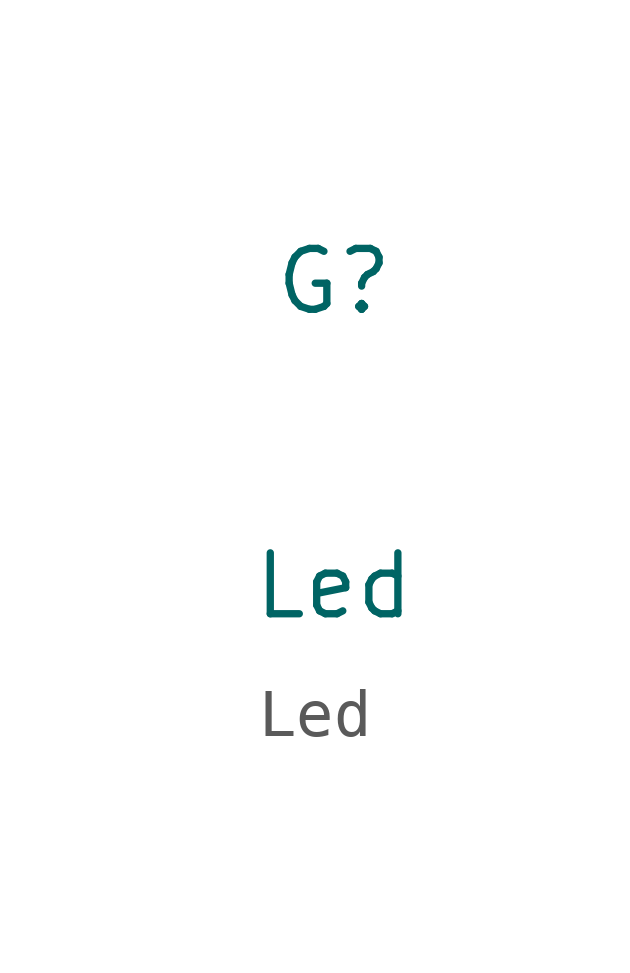
<source format=kicad_sym>
(kicad_symbol_lib
  (version 20241209)
  (generator "kicad_symbol_editor")
  (generator_version "9.0")
  (symbol "Led"
    (property "Reference" "G"
      (at 0 2.286 0)
      (effects (font (size 1.27 1.27))))
    (property "Value" "Led"
      (at 0 -4.064 0)
      (effects (font (size 1.27 1.27))))
    (symbol "Led_1_0"
      (polyline (pts (xy -0.925 0.211) (xy -0.898 0.209) (xy -0.872 0.206) (xy -0.846 0.201) (xy -0.82 0.195) (xy -0.795 0.188) (xy -0.771 0.18) (xy -0.747 0.17) (xy -0.723 0.16) (xy -0.7 0.148) (xy -0.678 0.135) (xy -0.657 0.121) (xy -0.636 0.106) (xy -0.616 0.091) (xy -0.597 0.074) (xy -0.578 0.057) (xy -0.561 0.038) (xy -0.544 0.019) (xy -0.528 -0.001) (xy -0.514 -0.022) (xy -0.5 -0.043) (xy -0.487 -0.065) (xy -0.475 -0.088) (xy -0.465 -0.112) (xy -0.455 -0.136) (xy -0.447 -0.16) (xy -0.44 -0.185) (xy -0.434 -0.211) (xy -0.429 -0.237) (xy -0.426 -0.263) (xy -0.424 -0.29) (xy -0.423 -0.318) (xy -0.424 -0.345) (xy -0.426 -0.372) (xy -0.429 -0.398) (xy -0.434 -0.424) (xy -0.44 -0.45) (xy -0.447 -0.475) (xy -0.455 -0.499) (xy -0.465 -0.523) (xy -0.475 -0.547) (xy -0.487 -0.57) (xy -0.5 -0.592) (xy -0.514 -0.613) (xy -0.528 -0.634) (xy -0.544 -0.654) (xy -0.561 -0.673) (xy -0.578 -0.692) (xy -0.597 -0.709) (xy -0.616 -0.726) (xy -0.636 -0.742) (xy -0.657 -0.756) (xy -0.678 -0.77) (xy -0.7 -0.783) (xy -0.723 -0.794) (xy -0.747 -0.805) (xy -0.771 -0.815) (xy -0.795 -0.823) (xy -0.82 -0.83) (xy -0.846 -0.836) (xy -0.872 -0.841) (xy -0.898 -0.844) (xy -0.925 -0.846) (xy -0.953 -0.847) (xy -0.98 -0.846) (xy -1.007 -0.844) (xy -1.033 -0.841) (xy -1.059 -0.836) (xy -1.085 -0.83) (xy -1.11 -0.823) (xy -1.134 -0.815) (xy -1.159 -0.805) (xy -1.182 -0.794) (xy -1.205 -0.783) (xy -1.227 -0.77) (xy -1.248 -0.756) (xy -1.269 -0.742) (xy -1.289 -0.726) (xy -1.308 -0.709) (xy -1.327 -0.692) (xy -1.344 -0.673) (xy -1.361 -0.654) (xy -1.377 -0.634) (xy -1.391 -0.613) (xy -1.405 -0.592) (xy -1.418 -0.57) (xy -1.429 -0.547) (xy -1.44 -0.523) (xy -1.45 -0.499) (xy -1.458 -0.475) (xy -1.465 -0.45) (xy -1.471 -0.424) (xy -1.476 -0.398) (xy -1.479 -0.372) (xy -1.481 -0.345) (xy -1.482 -0.318) (xy -1.481 -0.29) (xy -1.479 -0.263) (xy -1.476 -0.237) (xy -1.471 -0.211) (xy -1.465 -0.185) (xy -1.458 -0.16) (xy -1.45 -0.136) (xy -1.44 -0.112) (xy -1.429 -0.088) (xy -1.418 -0.065) (xy -1.405 -0.043) (xy -1.391 -0.022) (xy -1.377 -0.001) (xy -1.361 0.019) (xy -1.344 0.038) (xy -1.327 0.057) (xy -1.308 0.074) (xy -1.289 0.091) (xy -1.269 0.106) (xy -1.248 0.121) (xy -1.227 0.135) (xy -1.205 0.148) (xy -1.182 0.16) (xy -1.159 0.17) (xy -1.134 0.18) (xy -1.11 0.188) (xy -1.085 0.195) (xy -1.059 0.201) (xy -1.033 0.206) (xy -1.007 0.209) (xy -0.98 0.211) (xy -0.953 0.212) (xy -0.925 0.211)) (stroke (width -0.0001) (type solid)) (fill (type color) (color 0 0 0 0)))
      (polyline (pts (xy 1.442 1.27) (xy 1.456 1.269) (xy 1.469 1.267) (xy 1.482 1.265) (xy 1.495 1.262) (xy 1.508 1.258) (xy 1.52 1.254) (xy 1.532 1.249) (xy 1.544 1.244) (xy 1.555 1.238) (xy 1.566 1.232) (xy 1.577 1.225) (xy 1.587 1.218) (xy 1.597 1.21) (xy 1.607 1.201) (xy 1.616 1.193) (xy 1.625 1.183) (xy 1.633 1.174) (xy 1.641 1.164) (xy 1.648 1.153) (xy 1.655 1.143) (xy 1.661 1.132) (xy 1.667 1.12) (xy 1.673 1.109) (xy 1.677 1.096) (xy 1.681 1.084) (xy 1.685 1.072) (xy 1.688 1.059) (xy 1.69 1.046) (xy 1.692 1.032) (xy 1.693 1.019) (xy 1.693 1.005) (xy 1.693 -2.699) (xy 1.693 -2.712) (xy 1.692 -2.726) (xy 1.69 -2.739) (xy 1.688 -2.752) (xy 1.685 -2.765) (xy 1.681 -2.777) (xy 1.677 -2.79) (xy 1.673 -2.802) (xy 1.667 -2.813) (xy 1.661 -2.825) (xy 1.655 -2.836) (xy 1.648 -2.847) (xy 1.641 -2.857) (xy 1.633 -2.867) (xy 1.625 -2.877) (xy 1.616 -2.886) (xy 1.607 -2.895) (xy 1.597 -2.903) (xy 1.587 -2.911) (xy 1.577 -2.918) (xy 1.566 -2.925) (xy 1.555 -2.931) (xy 1.544 -2.937) (xy 1.532 -2.943) (xy 1.52 -2.947) (xy 1.508 -2.951) (xy 1.495 -2.955) (xy 1.482 -2.958) (xy 1.469 -2.96) (xy 1.456 -2.962) (xy 1.442 -2.963) (xy 1.429 -2.963) (xy -2.275 -2.963) (xy -2.289 -2.963) (xy -2.303 -2.962) (xy -2.316 -2.96) (xy -2.329 -2.958) (xy -2.342 -2.955) (xy -2.354 -2.951) (xy -2.366 -2.947) (xy -2.378 -2.943) (xy -2.39 -2.937) (xy -2.402 -2.931) (xy -2.413 -2.925) (xy -2.423 -2.918) (xy -2.434 -2.911) (xy -2.444 -2.903) (xy -2.453 -2.895) (xy -2.463 -2.886) (xy -2.471 -2.877) (xy -2.48 -2.867) (xy -2.487 -2.857) (xy -2.495 -2.847) (xy -2.502 -2.836) (xy -2.508 -2.825) (xy -2.514 -2.813) (xy -2.519 -2.802) (xy -2.524 -2.79) (xy -2.528 -2.777) (xy -2.532 -2.765) (xy -2.535 -2.752) (xy -2.537 -2.739) (xy -2.539 -2.726) (xy -2.54 -2.712) (xy -2.54 -2.699) (xy -2.54 -2.434) (xy -2.011 -2.434) (xy -1.428 -2.434) (xy 0.187 -0.819) (xy 0.197 -0.809) (xy 0.207 -0.8) (xy 0.218 -0.792) (xy 0.229 -0.785) (xy 0.24 -0.778) (xy 0.251 -0.771) (xy 0.263 -0.766) (xy 0.275 -0.76) (xy 0.287 -0.756) (xy 0.299 -0.752) (xy 0.311 -0.749) (xy 0.324 -0.746) (xy 0.336 -0.744) (xy 0.349 -0.742) (xy 0.362 -0.742) (xy 0.374 -0.741) (xy 0.387 -0.742) (xy 0.4 -0.742) (xy 0.412 -0.744) (xy 0.425 -0.746) (xy 0.437 -0.749) (xy 0.45 -0.752) (xy 0.462 -0.756) (xy 0.474 -0.76) (xy 0.486 -0.766) (xy 0.497 -0.771) (xy 0.509 -0.778) (xy 0.52 -0.785) (xy 0.531 -0.792) (xy 0.541 -0.8) (xy 0.551 -0.809) (xy 0.561 -0.819) (xy 1.164 -1.421) (xy 1.164 0.741) (xy -2.011 0.741) (xy -2.011 -2.434) (xy -2.54 -2.434) (xy -2.54 1.005) (xy -2.54 1.019) (xy -2.539 1.032) (xy -2.537 1.046) (xy -2.535 1.059) (xy -2.532 1.072) (xy -2.528 1.084) (xy -2.524 1.096) (xy -2.519 1.109) (xy -2.514 1.12) (xy -2.508 1.132) (xy -2.502 1.143) (xy -2.495 1.153) (xy -2.487 1.164) (xy -2.48 1.174) (xy -2.471 1.183) (xy -2.463 1.193) (xy -2.453 1.201) (xy -2.444 1.21) (xy -2.434 1.218) (xy -2.423 1.225) (xy -2.413 1.232) (xy -2.402 1.238) (xy -2.39 1.244) (xy -2.378 1.249) (xy -2.366 1.254) (xy -2.354 1.258) (xy -2.342 1.262) (xy -2.329 1.265) (xy -2.316 1.267) (xy -2.303 1.269) (xy -2.289 1.27) (xy -2.275 1.27) (xy 1.429 1.27) (xy 1.442 1.27)) (stroke (width -0.0001) (type solid)) (fill (type color) (color 0 0 0 0))))))
</source>
